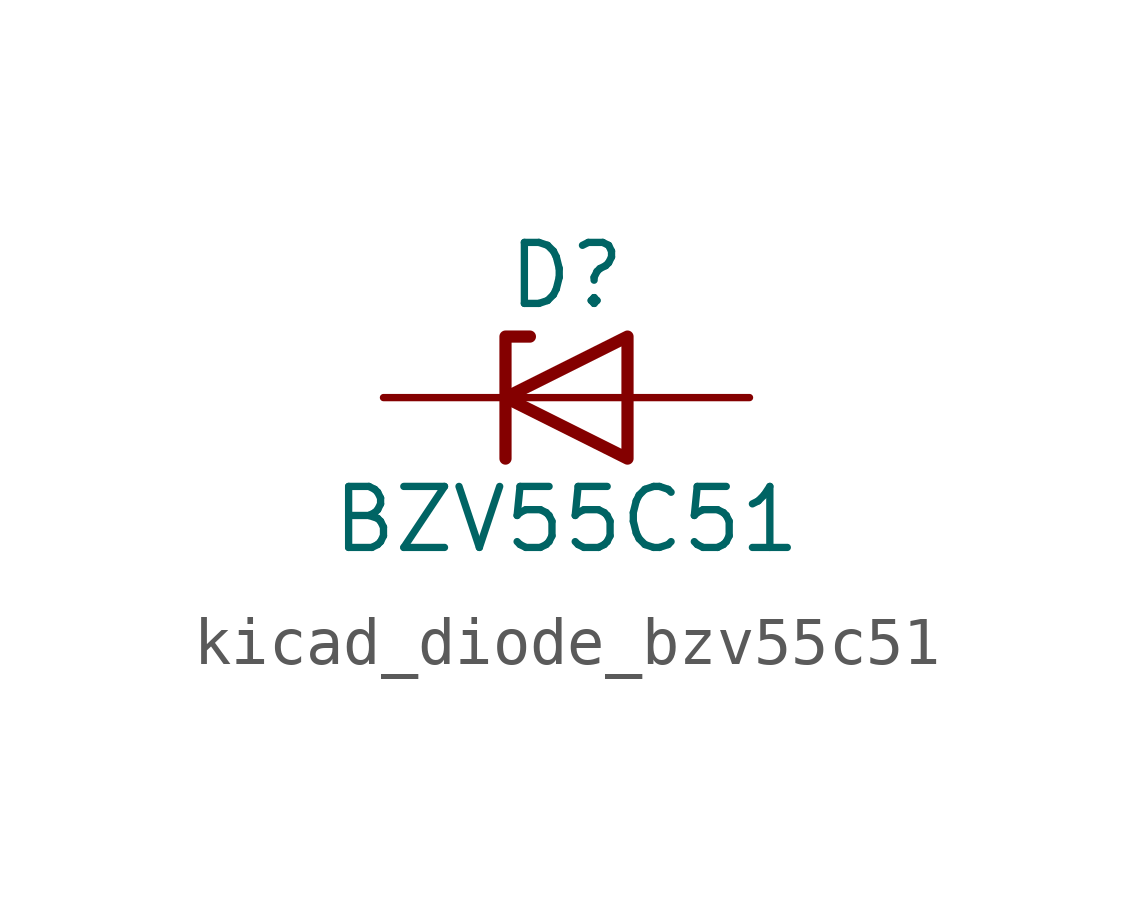
<source format=kicad_sym>
(kicad_symbol_lib
  (version 20220914)
  (generator kicad_symbol_editor)
  (symbol "kicad_diode_bzv55c51"
    (pin_numbers hide)
    (pin_names hide)
    (property "Reference" "D"
      (at 0 2.54 0)
      (effects (font (size 1.27 1.27))))
    (property "Value" "BZV55C51"
      (at 0 -2.54 0)
      (effects (font (size 1.27 1.27))))
    (symbol "kicad_diode_bzv55c51_0_1"
      (polyline (pts (xy 1.27 0) (xy -1.27 0)) (stroke (width 0) (type default)) (fill (type none)))
      (polyline (pts (xy -1.27 -1.27) (xy -1.27 1.27) (xy -0.762 1.27)) (stroke (width 0.254) (type default)) (fill (type none)))
      (polyline (pts (xy 1.27 -1.27) (xy 1.27 1.27) (xy -1.27 0) (xy 1.27 -1.27)) (stroke (width 0.254) (type default)) (fill (type none))))
    (symbol "kicad_diode_bzv55c51_1_1"
      (pin passive line (at -3.81 0 0) (length 2.54) (name "K" (effects (font (size 1.27 1.27)))) (number "1" (effects (font (size 1.27 1.27)))))
      (pin passive line (at 3.81 0 180) (length 2.54) (name "A" (effects (font (size 1.27 1.27)))) (number "2" (effects (font (size 1.27 1.27))))))))
</source>
